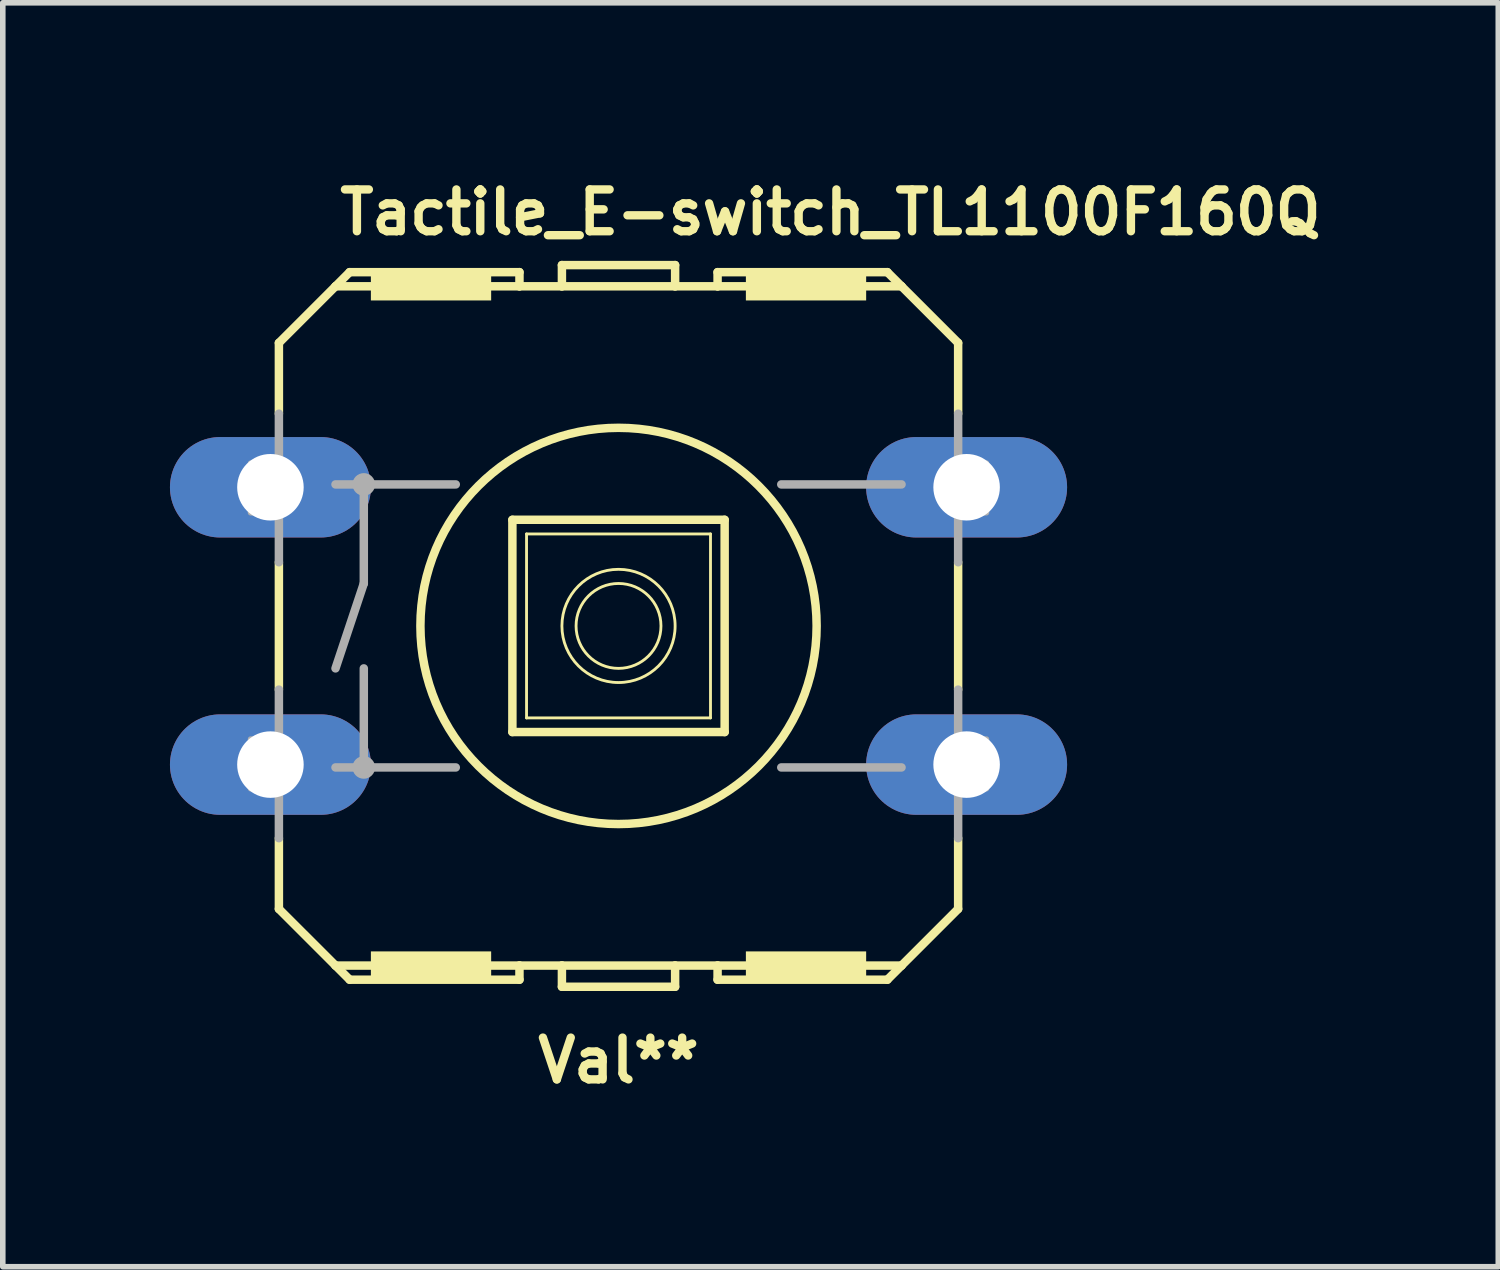
<source format=kicad_pcb>
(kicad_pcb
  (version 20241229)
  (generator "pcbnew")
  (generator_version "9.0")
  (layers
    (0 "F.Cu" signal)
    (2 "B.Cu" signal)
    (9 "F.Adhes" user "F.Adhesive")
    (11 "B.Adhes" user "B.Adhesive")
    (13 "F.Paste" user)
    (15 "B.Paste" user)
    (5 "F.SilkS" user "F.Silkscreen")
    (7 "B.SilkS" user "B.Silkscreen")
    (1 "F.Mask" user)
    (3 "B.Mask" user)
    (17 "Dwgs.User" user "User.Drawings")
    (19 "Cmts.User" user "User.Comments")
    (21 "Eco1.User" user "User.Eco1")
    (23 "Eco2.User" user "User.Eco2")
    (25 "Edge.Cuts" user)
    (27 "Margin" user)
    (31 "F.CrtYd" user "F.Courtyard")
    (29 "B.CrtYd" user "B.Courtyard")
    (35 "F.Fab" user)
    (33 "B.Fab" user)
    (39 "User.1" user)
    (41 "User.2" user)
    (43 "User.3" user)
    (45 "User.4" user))
  (footprint "Tactile_E-switch_TL1100F160Q"
    (layer "F.Cu")
    (at 8.052 8.185)
    (property "Reference" "Tactile_E-switch_TL1100F160Q" (at -5.08 -6.985 0) (layer "F.SilkS") (effects (font (size 0.75 0.75) (thickness 0.15)) (justify left bottom)))
    (property "Value" "Val**" (at -3.175 5.08 0) (layer "F.Fab") (hide yes) (effects (font (size 1 1) (thickness 0.15)) (justify left bottom)))
    (attr through_hole)
    (fp_line (start -6.096 -5.08) (end -6.096 -3.81) (stroke (width 0.152) (type solid)) (layer "F.SilkS"))
    (fp_line (start -6.096 -1.143) (end -6.096 1.143) (stroke (width 0.152) (type solid)) (layer "F.SilkS"))
    (fp_line (start -6.096 3.81) (end -6.096 5.08) (stroke (width 0.152) (type solid)) (layer "F.SilkS"))
    (fp_line (start -6.096 5.08) (end -5.08 6.096) (stroke (width 0.152) (type solid)) (layer "F.SilkS"))
    (fp_line (start -5.08 -6.096) (end -6.096 -5.08) (stroke (width 0.152) (type solid)) (layer "F.SilkS"))
    (fp_line (start -5.08 -6.096) (end -4.826 -6.35) (stroke (width 0.152) (type solid)) (layer "F.SilkS"))
    (fp_line (start -5.08 -6.096) (end -1.778 -6.096) (stroke (width 0.152) (type solid)) (layer "F.SilkS"))
    (fp_line (start -5.08 6.096) (end -1.778 6.096) (stroke (width 0.152) (type solid)) (layer "F.SilkS"))
    (fp_line (start -4.826 6.35) (end -5.08 6.096) (stroke (width 0.152) (type solid)) (layer "F.SilkS"))
    (fp_line (start -1.905 -1.905) (end -1.905 1.905) (stroke (width 0.152) (type solid)) (layer "F.SilkS"))
    (fp_line (start -1.905 -1.905) (end 1.905 -1.905) (stroke (width 0.152) (type solid)) (layer "F.SilkS"))
    (fp_line (start -1.778 -6.35) (end -4.826 -6.35) (stroke (width 0.152) (type solid)) (layer "F.SilkS"))
    (fp_line (start -1.778 -6.35) (end -1.778 -6.096) (stroke (width 0.152) (type solid)) (layer "F.SilkS"))
    (fp_line (start -1.778 -6.096) (end -1.016 -6.096) (stroke (width 0.152) (type solid)) (layer "F.SilkS"))
    (fp_line (start -1.778 6.096) (end -1.778 6.35) (stroke (width 0.152) (type solid)) (layer "F.SilkS"))
    (fp_line (start -1.778 6.096) (end -1.016 6.096) (stroke (width 0.152) (type solid)) (layer "F.SilkS"))
    (fp_line (start -1.778 6.35) (end -4.826 6.35) (stroke (width 0.152) (type solid)) (layer "F.SilkS"))
    (fp_line (start -1.651 -1.651) (end -1.651 1.651) (stroke (width 0.051) (type solid)) (layer "F.SilkS"))
    (fp_line (start -1.651 -1.651) (end 1.651 -1.651) (stroke (width 0.051) (type solid)) (layer "F.SilkS"))
    (fp_line (start -1.016 -6.477) (end 1.016 -6.477) (stroke (width 0.152) (type solid)) (layer "F.SilkS"))
    (fp_line (start -1.016 -6.096) (end -1.016 -6.477) (stroke (width 0.152) (type solid)) (layer "F.SilkS"))
    (fp_line (start -1.016 -6.096) (end 1.016 -6.096) (stroke (width 0.152) (type solid)) (layer "F.SilkS"))
    (fp_line (start -1.016 6.096) (end 1.016 6.096) (stroke (width 0.152) (type solid)) (layer "F.SilkS"))
    (fp_line (start -1.016 6.477) (end -1.016 6.096) (stroke (width 0.152) (type solid)) (layer "F.SilkS"))
    (fp_line (start -1.016 6.477) (end 1.016 6.477) (stroke (width 0.152) (type solid)) (layer "F.SilkS"))
    (fp_line (start 1.016 -6.477) (end 1.016 -6.096) (stroke (width 0.152) (type solid)) (layer "F.SilkS"))
    (fp_line (start 1.016 6.096) (end 1.016 6.477) (stroke (width 0.152) (type solid)) (layer "F.SilkS"))
    (fp_line (start 1.016 6.096) (end 1.778 6.096) (stroke (width 0.152) (type solid)) (layer "F.SilkS"))
    (fp_line (start 1.651 1.651) (end -1.651 1.651) (stroke (width 0.051) (type solid)) (layer "F.SilkS"))
    (fp_line (start 1.651 1.651) (end 1.651 -1.651) (stroke (width 0.051) (type solid)) (layer "F.SilkS"))
    (fp_line (start 1.778 -6.35) (end 1.778 -6.096) (stroke (width 0.152) (type solid)) (layer "F.SilkS"))
    (fp_line (start 1.778 -6.096) (end 1.016 -6.096) (stroke (width 0.152) (type solid)) (layer "F.SilkS"))
    (fp_line (start 1.778 6.096) (end 1.778 6.35) (stroke (width 0.152) (type solid)) (layer "F.SilkS"))
    (fp_line (start 1.778 6.096) (end 5.08 6.096) (stroke (width 0.152) (type solid)) (layer "F.SilkS"))
    (fp_line (start 1.905 1.905) (end -1.905 1.905) (stroke (width 0.152) (type solid)) (layer "F.SilkS"))
    (fp_line (start 1.905 1.905) (end 1.905 -1.905) (stroke (width 0.152) (type solid)) (layer "F.SilkS"))
    (fp_line (start 4.826 -6.35) (end 1.778 -6.35) (stroke (width 0.152) (type solid)) (layer "F.SilkS"))
    (fp_line (start 4.826 6.35) (end 1.778 6.35) (stroke (width 0.152) (type solid)) (layer "F.SilkS"))
    (fp_line (start 5.08 -6.096) (end 1.778 -6.096) (stroke (width 0.152) (type solid)) (layer "F.SilkS"))
    (fp_line (start 5.08 -6.096) (end 4.826 -6.35) (stroke (width 0.152) (type solid)) (layer "F.SilkS"))
    (fp_line (start 5.08 6.096) (end 4.826 6.35) (stroke (width 0.152) (type solid)) (layer "F.SilkS"))
    (fp_line (start 5.08 6.096) (end 6.096 5.08) (stroke (width 0.152) (type solid)) (layer "F.SilkS"))
    (fp_line (start 6.096 -5.08) (end 5.08 -6.096) (stroke (width 0.152) (type solid)) (layer "F.SilkS"))
    (fp_line (start 6.096 -5.08) (end 6.096 -3.81) (stroke (width 0.152) (type solid)) (layer "F.SilkS"))
    (fp_line (start 6.096 -1.143) (end 6.096 1.143) (stroke (width 0.152) (type solid)) (layer "F.SilkS"))
    (fp_line (start 6.096 5.08) (end 6.096 3.81) (stroke (width 0.152) (type solid)) (layer "F.SilkS"))
    (fp_circle (center 0 0) (end 0.762 0) (stroke (width 0.051) (type solid)) (fill no) (layer "F.SilkS"))
    (fp_circle (center 0 0) (end 1.016 0) (stroke (width 0.051) (type solid)) (fill no) (layer "F.SilkS"))
    (fp_circle (center 0 0) (end 3.556 0) (stroke (width 0.152) (type solid)) (fill no) (layer "F.SilkS"))
    (fp_poly (pts (xy -4.445 -5.842) (xy -2.286 -5.842) (xy -2.286 -6.35) (xy -4.445 -6.35)) (stroke (width 0) (type solid)) (fill yes) (layer "F.SilkS"))
    (fp_poly (pts (xy -4.445 6.35) (xy -2.286 6.35) (xy -2.286 5.842) (xy -4.445 5.842)) (stroke (width 0) (type solid)) (fill yes) (layer "F.SilkS"))
    (fp_poly (pts (xy 2.286 -5.842) (xy 4.445 -5.842) (xy 4.445 -6.35) (xy 2.286 -6.35)) (stroke (width 0) (type solid)) (fill yes) (layer "F.SilkS"))
    (fp_poly (pts (xy 2.286 6.35) (xy 4.445 6.35) (xy 4.445 5.842) (xy 2.286 5.842)) (stroke (width 0) (type solid)) (fill yes) (layer "F.SilkS"))
    (fp_line (start -6.096 -1.143) (end -6.096 -3.81) (stroke (width 0.152) (type solid)) (layer "F.Fab"))
    (fp_line (start -6.096 3.81) (end -6.096 1.143) (stroke (width 0.152) (type solid)) (layer "F.Fab"))
    (fp_line (start -5.08 -2.54) (end -4.572 -2.54) (stroke (width 0.152) (type solid)) (layer "F.Fab"))
    (fp_line (start -5.08 2.54) (end -4.572 2.54) (stroke (width 0.152) (type solid)) (layer "F.Fab"))
    (fp_line (start -4.572 -2.54) (end -4.572 -0.762) (stroke (width 0.152) (type solid)) (layer "F.Fab"))
    (fp_line (start -4.572 -2.54) (end -2.921 -2.54) (stroke (width 0.152) (type solid)) (layer "F.Fab"))
    (fp_line (start -4.572 -0.762) (end -5.08 0.762) (stroke (width 0.152) (type solid)) (layer "F.Fab"))
    (fp_line (start -4.572 0.762) (end -4.572 2.54) (stroke (width 0.152) (type solid)) (layer "F.Fab"))
    (fp_line (start -4.572 2.54) (end -2.921 2.54) (stroke (width 0.152) (type solid)) (layer "F.Fab"))
    (fp_line (start 2.921 -2.54) (end 5.08 -2.54) (stroke (width 0.152) (type solid)) (layer "F.Fab"))
    (fp_line (start 2.921 2.54) (end 5.08 2.54) (stroke (width 0.152) (type solid)) (layer "F.Fab"))
    (fp_line (start 6.096 -1.143) (end 6.096 -3.81) (stroke (width 0.152) (type solid)) (layer "F.Fab"))
    (fp_line (start 6.096 3.81) (end 6.096 1.143) (stroke (width 0.152) (type solid)) (layer "F.Fab"))
    (fp_circle (center -4.572 -2.54) (end -4.445 -2.54) (stroke (width 0.152) (type solid)) (fill no) (layer "F.Fab"))
    (fp_circle (center -4.572 2.54) (end -4.445 2.54) (stroke (width 0.152) (type solid)) (fill no) (layer "F.Fab"))
    (fp_poly (pts (xy -6.604 -2.032) (xy -6.096 -2.032) (xy -6.096 -2.921) (xy -6.604 -2.921)) (stroke (width 0.1) (type solid)) (fill no) (layer "F.Fab"))
    (fp_poly (pts (xy -6.604 2.921) (xy -6.096 2.921) (xy -6.096 2.032) (xy -6.604 2.032)) (stroke (width 0.1) (type solid)) (fill no) (layer "F.Fab"))
    (fp_poly (pts (xy 6.096 -2.032) (xy 6.604 -2.032) (xy 6.604 -2.921) (xy 6.096 -2.921)) (stroke (width 0.1) (type solid)) (fill no) (layer "F.Fab"))
    (fp_poly (pts (xy 6.096 2.921) (xy 6.604 2.921) (xy 6.604 2.032) (xy 6.096 2.032)) (stroke (width 0.1) (type solid)) (fill no) (layer "F.Fab"))
    (fp_text user "${VALUE}" (at 0 7.8 0) (layer "F.SilkS") (effects (font (size 0.75 0.75) (thickness 0.15))))
    (pad "1" thru_hole oval (at -6.248 -2.489) (size 3.607 1.803) (drill 1.194) (layers "*.Cu" "*.Mask"))
    (pad "2" thru_hole oval (at 6.248 -2.489) (size 3.607 1.803) (drill 1.194) (layers "*.Cu" "*.Mask"))
    (pad "3" thru_hole oval (at -6.248 2.489) (size 3.607 1.803) (drill 1.194) (layers "*.Cu" "*.Mask"))
    (pad "4" thru_hole oval (at 6.248 2.489) (size 3.607 1.803) (drill 1.194) (layers "*.Cu" "*.Mask")))
  (gr_rect
    (start -3 -3)
    (end 23.843 19.687)
    (stroke (width 0.1) (type default))
    (fill no)
    (layer "Edge.Cuts")))
</source>
